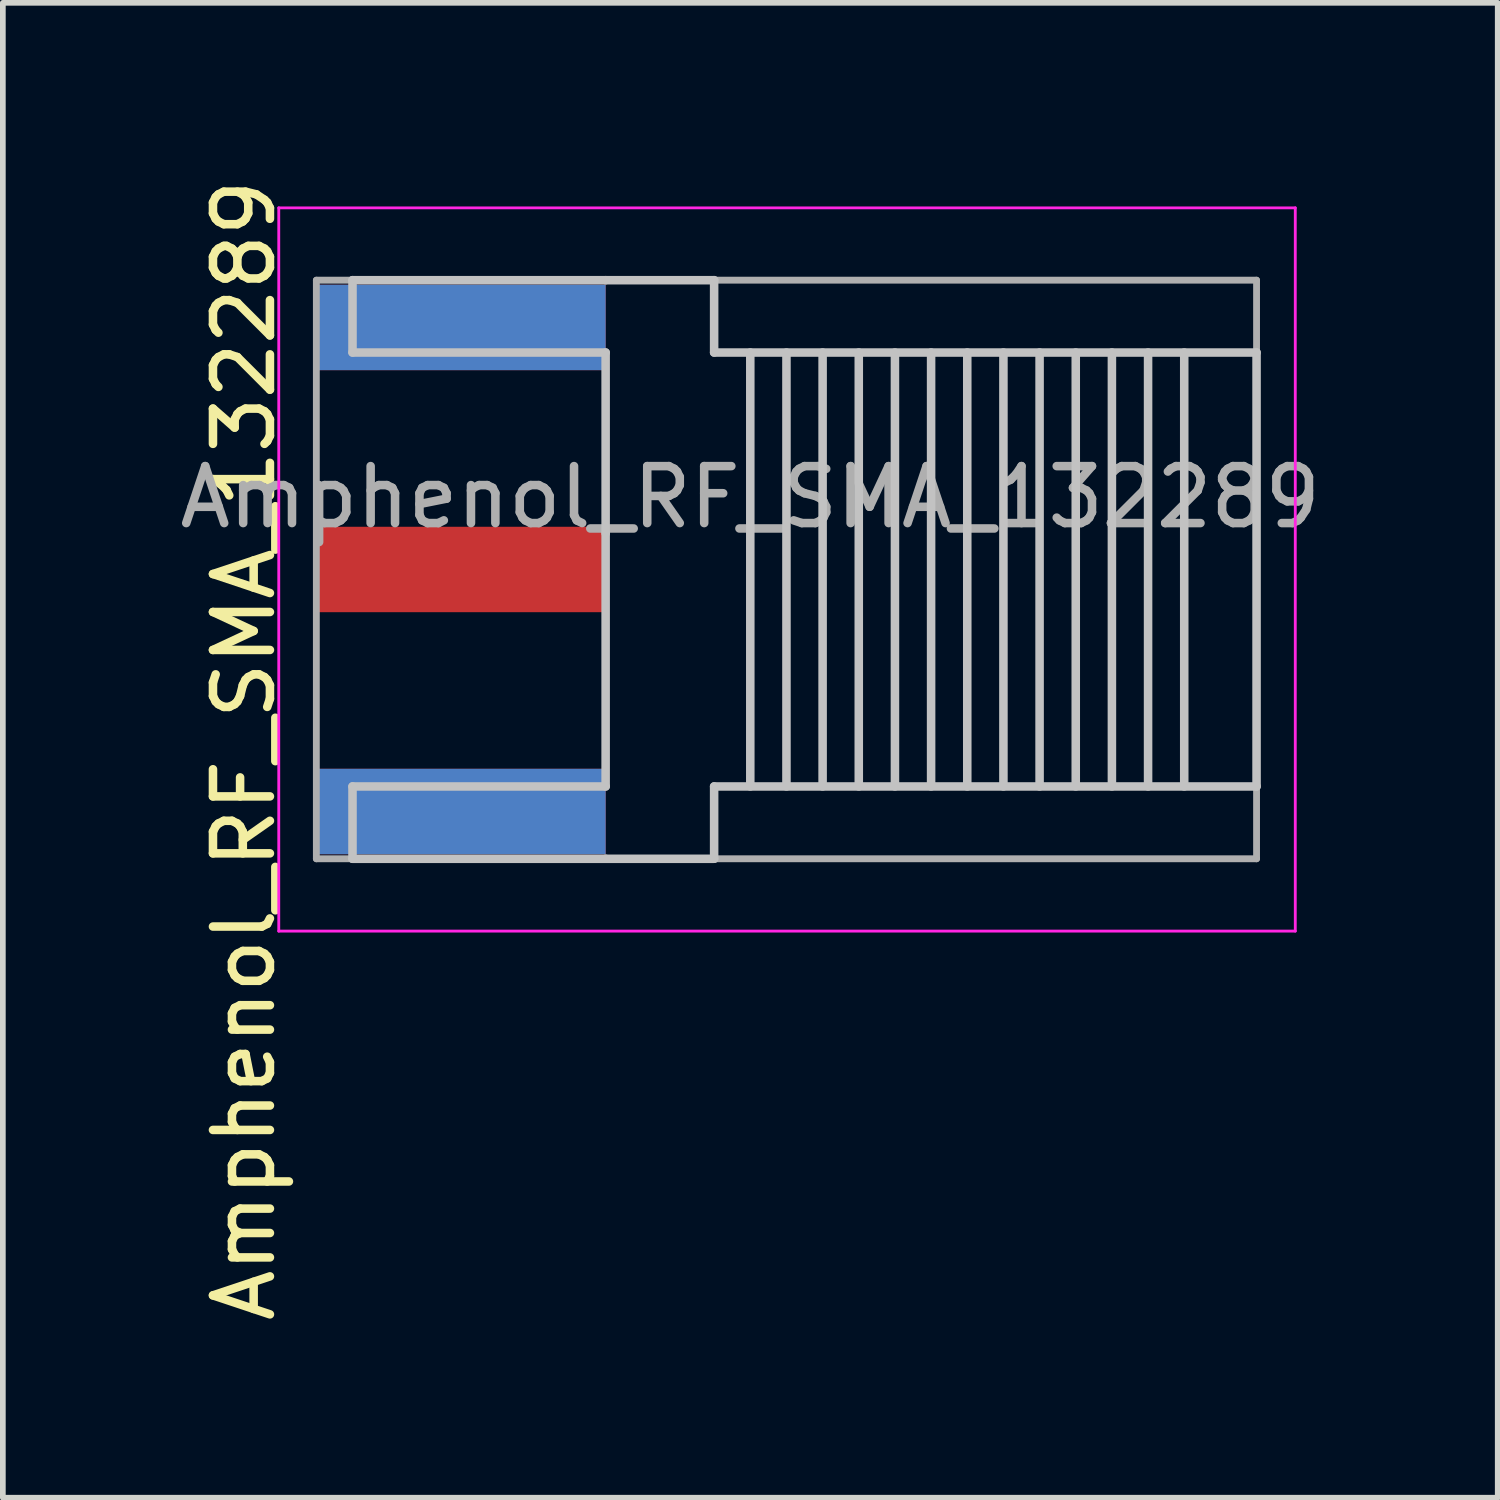
<source format=kicad_pcb>
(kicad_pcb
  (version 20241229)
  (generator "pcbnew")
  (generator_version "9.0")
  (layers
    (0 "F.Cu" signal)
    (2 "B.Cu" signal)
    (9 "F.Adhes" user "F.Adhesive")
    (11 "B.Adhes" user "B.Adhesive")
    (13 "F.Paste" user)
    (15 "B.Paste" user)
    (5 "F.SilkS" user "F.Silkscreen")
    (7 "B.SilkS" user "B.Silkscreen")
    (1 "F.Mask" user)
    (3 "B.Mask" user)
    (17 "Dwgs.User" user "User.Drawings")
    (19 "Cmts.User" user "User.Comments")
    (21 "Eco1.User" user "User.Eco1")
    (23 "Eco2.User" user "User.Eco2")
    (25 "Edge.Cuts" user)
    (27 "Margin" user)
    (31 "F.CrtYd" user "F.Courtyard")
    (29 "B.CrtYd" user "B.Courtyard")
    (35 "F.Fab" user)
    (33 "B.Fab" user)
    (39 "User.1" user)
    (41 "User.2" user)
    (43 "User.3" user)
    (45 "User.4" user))
  (footprint "Amphenol_RF_SMA_132289"
    (layer "F.Cu")
    (at 5.045 6.95)
    (property "Reference" "Amphenol_RF_SMA_132289" (at -3.81 3.175 270) (layer "F.SilkS") (effects (font (size 1 1) (thickness 0.15))))
    (attr smd)
    (fp_line (start -1.905 -5.08) (end -1.905 -3.81) (stroke (width 0.15) (type solid)) (layer "Dwgs.User"))
    (fp_line (start -1.905 -3.81) (end 2.54 -3.81) (stroke (width 0.15) (type solid)) (layer "Dwgs.User"))
    (fp_line (start -1.905 3.81) (end -1.905 5.08) (stroke (width 0.15) (type solid)) (layer "Dwgs.User"))
    (fp_line (start -1.905 5.08) (end 2.54 5.08) (stroke (width 0.15) (type solid)) (layer "Dwgs.User"))
    (fp_line (start 2.54 -5.08) (end -1.905 -5.08) (stroke (width 0.15) (type solid)) (layer "Dwgs.User"))
    (fp_line (start 2.54 -5.08) (end 4.445 -5.08) (stroke (width 0.15) (type solid)) (layer "Dwgs.User"))
    (fp_line (start 2.54 -3.81) (end 2.54 -0.635) (stroke (width 0.15) (type solid)) (layer "Dwgs.User"))
    (fp_line (start 2.54 -0.635) (end 2.54 3.81) (stroke (width 0.15) (type solid)) (layer "Dwgs.User"))
    (fp_line (start 2.54 3.81) (end -1.905 3.81) (stroke (width 0.15) (type solid)) (layer "Dwgs.User"))
    (fp_line (start 2.54 5.08) (end 4.445 5.08) (stroke (width 0.15) (type solid)) (layer "Dwgs.User"))
    (fp_line (start 4.445 -3.81) (end 4.445 -5.08) (stroke (width 0.15) (type solid)) (layer "Dwgs.User"))
    (fp_line (start 4.445 -3.81) (end 13.97 -3.81) (stroke (width 0.15) (type solid)) (layer "Dwgs.User"))
    (fp_line (start 4.445 5.08) (end 4.445 3.81) (stroke (width 0.15) (type solid)) (layer "Dwgs.User"))
    (fp_line (start 5.08 3.81) (end 5.08 -3.81) (stroke (width 0.15) (type solid)) (layer "Dwgs.User"))
    (fp_line (start 5.715 -3.81) (end 5.715 3.81) (stroke (width 0.15) (type solid)) (layer "Dwgs.User"))
    (fp_line (start 6.35 -3.81) (end 6.35 3.81) (stroke (width 0.15) (type solid)) (layer "Dwgs.User"))
    (fp_line (start 6.985 -3.81) (end 6.985 3.81) (stroke (width 0.15) (type solid)) (layer "Dwgs.User"))
    (fp_line (start 7.62 -3.81) (end 7.62 3.81) (stroke (width 0.15) (type solid)) (layer "Dwgs.User"))
    (fp_line (start 8.255 3.81) (end 8.255 -3.81) (stroke (width 0.15) (type solid)) (layer "Dwgs.User"))
    (fp_line (start 8.89 -3.81) (end 8.89 3.81) (stroke (width 0.15) (type solid)) (layer "Dwgs.User"))
    (fp_line (start 9.525 3.81) (end 9.525 -3.81) (stroke (width 0.15) (type solid)) (layer "Dwgs.User"))
    (fp_line (start 10.16 -3.81) (end 10.16 3.81) (stroke (width 0.15) (type solid)) (layer "Dwgs.User"))
    (fp_line (start 10.795 3.81) (end 10.795 -3.81) (stroke (width 0.15) (type solid)) (layer "Dwgs.User"))
    (fp_line (start 11.43 -3.81) (end 11.43 3.81) (stroke (width 0.15) (type solid)) (layer "Dwgs.User"))
    (fp_line (start 12.065 3.81) (end 12.065 -3.81) (stroke (width 0.15) (type solid)) (layer "Dwgs.User"))
    (fp_line (start 12.7 -3.81) (end 12.7 3.81) (stroke (width 0.15) (type solid)) (layer "Dwgs.User"))
    (fp_line (start 13.97 -3.81) (end 13.97 3.81) (stroke (width 0.15) (type solid)) (layer "Dwgs.User"))
    (fp_line (start 13.97 3.81) (end 4.445 3.81) (stroke (width 0.15) (type solid)) (layer "Dwgs.User"))
    (fp_line (start -3.2 6.35) (end -3.2 -6.35) (stroke (width 0.05) (type solid)) (layer "F.CrtYd"))
    (fp_line (start 14.65 -6.35) (end -3.2 -6.35) (stroke (width 0.05) (type solid)) (layer "F.CrtYd"))
    (fp_line (start 14.65 -6.35) (end 14.65 6.35) (stroke (width 0.05) (type solid)) (layer "F.CrtYd"))
    (fp_line (start 14.65 6.35) (end -3.2 6.35) (stroke (width 0.05) (type solid)) (layer "F.CrtYd"))
    (fp_line (start -2.54 -5.08) (end 13.97 -5.08) (stroke (width 0.12) (type solid)) (layer "F.Fab"))
    (fp_line (start -2.54 5.08) (end -2.54 -5.08) (stroke (width 0.12) (type solid)) (layer "F.Fab"))
    (fp_line (start 13.97 -5.08) (end 13.97 5.08) (stroke (width 0.12) (type solid)) (layer "F.Fab"))
    (fp_line (start 13.97 5.08) (end -2.54 5.08) (stroke (width 0.12) (type solid)) (layer "F.Fab"))
    (fp_text user "${REFERENCE}" (at 5.08 -1.27 0) (layer "F.Fab") (effects (font (size 1 1) (thickness 0.15))))
    (pad "1" smd rect (at 0 0 90) (size 1.5 5.08) (layers "F.Cu" "F.Mask" "F.Paste"))
    (pad "2" smd rect (at 0 -4.25 90) (size 1.5 5.08) (layers "F.Cu" "F.Mask" "F.Paste"))
    (pad "2" smd rect (at 0 -4.25 90) (size 1.5 5.08) (layers "B.Cu" "B.Mask" "B.Paste"))
    (pad "2" smd rect (at 0 4.25 90) (size 1.5 5.08) (layers "F.Cu" "F.Mask" "F.Paste"))
    (pad "2" smd rect (at 0 4.25 90) (size 1.5 5.08) (layers "B.Cu" "B.Mask" "B.Paste")))
  (gr_rect
    (start -3 -3)
    (end 23.25 23.25)
    (stroke (width 0.1) (type default))
    (fill no)
    (layer "Edge.Cuts")))
</source>
